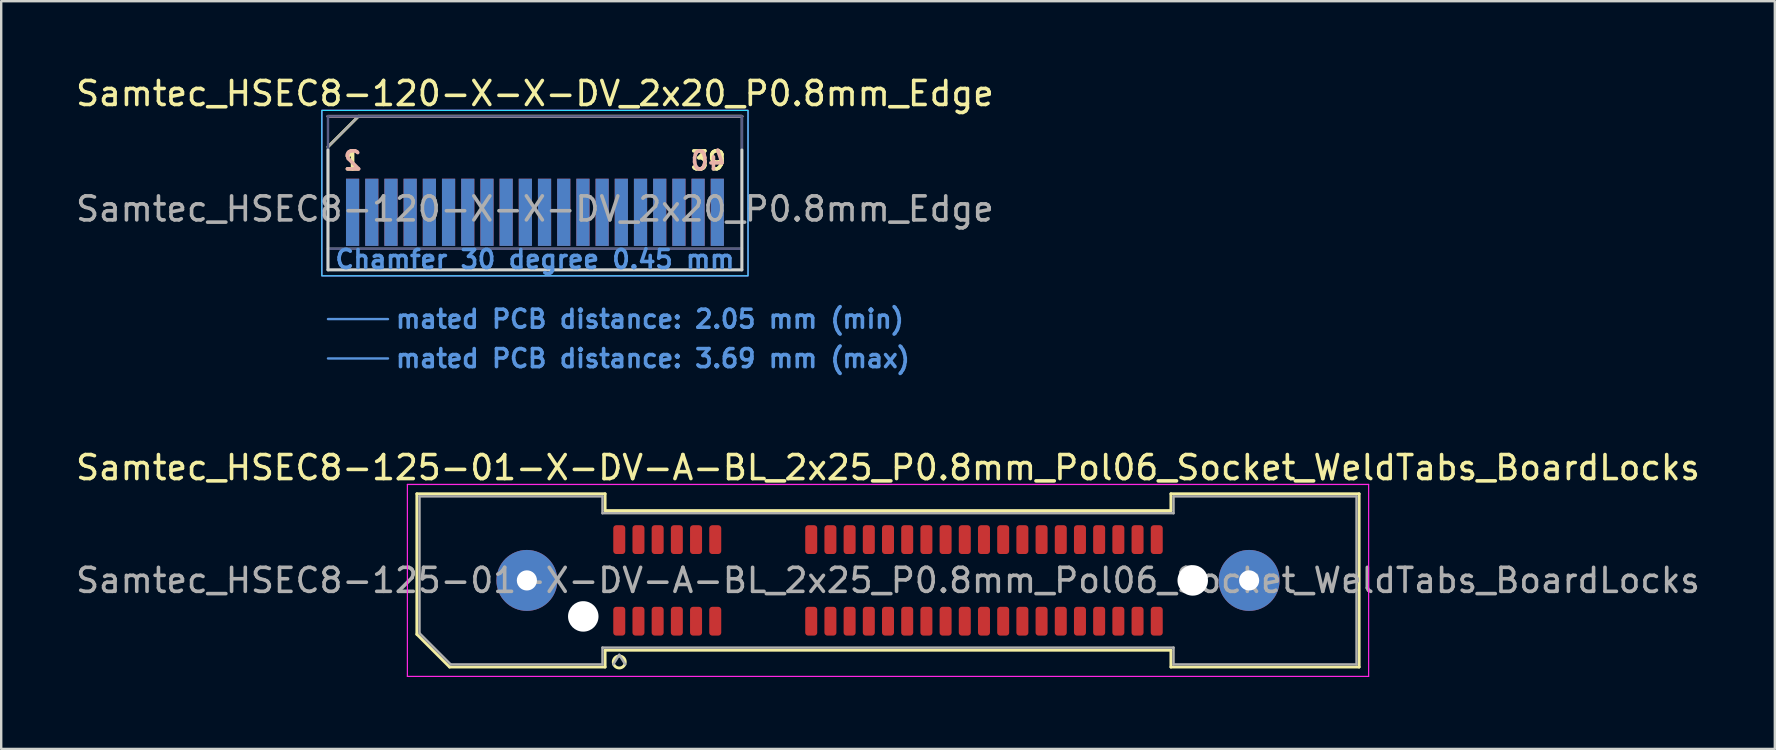
<source format=kicad_pcb>
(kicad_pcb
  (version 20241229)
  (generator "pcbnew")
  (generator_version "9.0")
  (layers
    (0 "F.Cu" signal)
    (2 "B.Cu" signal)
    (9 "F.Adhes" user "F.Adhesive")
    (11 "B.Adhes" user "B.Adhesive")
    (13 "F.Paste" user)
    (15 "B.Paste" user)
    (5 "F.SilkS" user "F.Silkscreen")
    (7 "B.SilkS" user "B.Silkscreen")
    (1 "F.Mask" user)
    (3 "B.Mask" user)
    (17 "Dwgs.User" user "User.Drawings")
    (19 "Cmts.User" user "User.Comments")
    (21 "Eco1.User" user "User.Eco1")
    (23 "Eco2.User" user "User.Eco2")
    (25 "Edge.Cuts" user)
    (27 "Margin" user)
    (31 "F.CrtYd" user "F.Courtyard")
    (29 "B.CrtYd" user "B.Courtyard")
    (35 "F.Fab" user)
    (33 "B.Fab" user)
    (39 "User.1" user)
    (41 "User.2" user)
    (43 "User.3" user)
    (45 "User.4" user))
  (footprint "Samtec_HSEC8-125-01-X-DV-A-BL_2x25_P0.8mm_Pol06_Socket_WeldTabs_BoardLocks"
    (layer "F.Cu")
    (at 33.958 21.139)
    (property "Reference" "Samtec_HSEC8-125-01-X-DV-A-BL_2x25_P0.8mm_Pol06_Socket_WeldTabs_BoardLocks" (at 0 -4.7 0) (layer "F.SilkS") (effects (font (size 1 1) (thickness 0.15))))
    (attr smd)
    (fp_line (start -19.635 -3.61) (end -11.79 -3.61) (stroke (width 0.12) (type solid)) (layer "F.SilkS"))
    (fp_line (start -19.635 2.246) (end -19.635 -3.61) (stroke (width 0.12) (type solid)) (layer "F.SilkS"))
    (fp_line (start -18.271 3.61) (end -19.635 2.246) (stroke (width 0.12) (type solid)) (layer "F.SilkS"))
    (fp_line (start -11.79 -3.61) (end -11.79 -2.91) (stroke (width 0.12) (type solid)) (layer "F.SilkS"))
    (fp_line (start -11.79 -2.91) (end 11.79 -2.91) (stroke (width 0.12) (type solid)) (layer "F.SilkS"))
    (fp_line (start -11.79 2.91) (end -11.79 3.61) (stroke (width 0.12) (type solid)) (layer "F.SilkS"))
    (fp_line (start -11.79 3.61) (end -18.271 3.61) (stroke (width 0.12) (type solid)) (layer "F.SilkS"))
    (fp_line (start 11.79 -3.61) (end 19.635 -3.61) (stroke (width 0.12) (type solid)) (layer "F.SilkS"))
    (fp_line (start 11.79 -2.91) (end 11.79 -3.61) (stroke (width 0.12) (type solid)) (layer "F.SilkS"))
    (fp_line (start 11.79 2.91) (end -11.79 2.91) (stroke (width 0.12) (type solid)) (layer "F.SilkS"))
    (fp_line (start 11.79 3.61) (end 11.79 2.91) (stroke (width 0.12) (type solid)) (layer "F.SilkS"))
    (fp_line (start 19.635 -3.61) (end 19.635 3.61) (stroke (width 0.12) (type solid)) (layer "F.SilkS"))
    (fp_line (start 19.635 3.61) (end 11.79 3.61) (stroke (width 0.12) (type solid)) (layer "F.SilkS"))
    (fp_circle (center -11.2 3.4) (end -10.95 3.4) (stroke (width 0.12) (type solid)) (fill no) (layer "F.SilkS"))
    (fp_line (start -20.03 -4) (end -20.03 4) (stroke (width 0.05) (type solid)) (layer "F.CrtYd"))
    (fp_line (start -20.03 4) (end 20.03 4) (stroke (width 0.05) (type solid)) (layer "F.CrtYd"))
    (fp_line (start 20.03 -4) (end -20.03 -4) (stroke (width 0.05) (type solid)) (layer "F.CrtYd"))
    (fp_line (start 20.03 4) (end 20.03 -4) (stroke (width 0.05) (type solid)) (layer "F.CrtYd"))
    (fp_line (start -19.525 -3.5) (end -11.9 -3.5) (stroke (width 0.1) (type solid)) (layer "F.Fab"))
    (fp_line (start -19.525 2.2) (end -19.525 -3.5) (stroke (width 0.1) (type solid)) (layer "F.Fab"))
    (fp_line (start -18.225 3.5) (end -19.525 2.2) (stroke (width 0.1) (type solid)) (layer "F.Fab"))
    (fp_line (start -11.9 -3.5) (end -11.9 -2.8) (stroke (width 0.1) (type solid)) (layer "F.Fab"))
    (fp_line (start -11.9 -2.8) (end 11.9 -2.8) (stroke (width 0.1) (type solid)) (layer "F.Fab"))
    (fp_line (start -11.9 2.8) (end -11.9 3.5) (stroke (width 0.1) (type solid)) (layer "F.Fab"))
    (fp_line (start -11.9 3.5) (end -18.225 3.5) (stroke (width 0.1) (type solid)) (layer "F.Fab"))
    (fp_line (start -11.2 3.1) (end -11.45 3.5) (stroke (width 0.1) (type solid)) (layer "F.Fab"))
    (fp_line (start -11.2 3.1) (end -10.95 3.5) (stroke (width 0.1) (type solid)) (layer "F.Fab"))
    (fp_line (start 11.9 -3.5) (end 19.525 -3.5) (stroke (width 0.1) (type solid)) (layer "F.Fab"))
    (fp_line (start 11.9 -2.8) (end 11.9 -3.5) (stroke (width 0.1) (type solid)) (layer "F.Fab"))
    (fp_line (start 11.9 2.8) (end -11.9 2.8) (stroke (width 0.1) (type solid)) (layer "F.Fab"))
    (fp_line (start 11.9 3.5) (end 11.9 2.8) (stroke (width 0.1) (type solid)) (layer "F.Fab"))
    (fp_line (start 19.525 -3.5) (end 19.525 3.5) (stroke (width 0.1) (type solid)) (layer "F.Fab"))
    (fp_line (start 19.525 3.5) (end 11.9 3.5) (stroke (width 0.1) (type solid)) (layer "F.Fab"))
    (fp_text user "${REFERENCE}" (at 0 0 0) (layer "F.Fab") (effects (font (size 1 1) (thickness 0.15))))
    (pad "" thru_hole circle (at -15.05 0) (size 2.54 2.54) (drill 0.84) (layers "*.Cu" "*.Mask" "F.Paste"))
    (pad "" np_thru_hole circle (at -12.7 1.5) (size 1.27 1.27) (drill 1.27) (layers "*.Cu" "*.Mask"))
    (pad "" np_thru_hole circle (at 12.7 0) (size 1.27 1.27) (drill 1.27) (layers "*.Cu" "*.Mask"))
    (pad "" thru_hole circle (at 15.05 0) (size 2.54 2.54) (drill 0.84) (layers "*.Cu" "*.Mask" "F.Paste"))
    (pad "1" smd roundrect (at -11.2 1.7) (size 0.5 1.2) (layers "F.Cu" "F.Mask" "F.Paste") (roundrect_rratio 0.25))
    (pad "2" smd roundrect (at -11.2 -1.7) (size 0.5 1.2) (layers "F.Cu" "F.Mask" "F.Paste") (roundrect_rratio 0.25))
    (pad "3" smd roundrect (at -10.4 1.7) (size 0.5 1.2) (layers "F.Cu" "F.Mask" "F.Paste") (roundrect_rratio 0.25))
    (pad "4" smd roundrect (at -10.4 -1.7) (size 0.5 1.2) (layers "F.Cu" "F.Mask" "F.Paste") (roundrect_rratio 0.25))
    (pad "5" smd roundrect (at -9.6 1.7) (size 0.5 1.2) (layers "F.Cu" "F.Mask" "F.Paste") (roundrect_rratio 0.25))
    (pad "6" smd roundrect (at -9.6 -1.7) (size 0.5 1.2) (layers "F.Cu" "F.Mask" "F.Paste") (roundrect_rratio 0.25))
    (pad "7" smd roundrect (at -8.8 1.7) (size 0.5 1.2) (layers "F.Cu" "F.Mask" "F.Paste") (roundrect_rratio 0.25))
    (pad "8" smd roundrect (at -8.8 -1.7) (size 0.5 1.2) (layers "F.Cu" "F.Mask" "F.Paste") (roundrect_rratio 0.25))
    (pad "9" smd roundrect (at -8 1.7) (size 0.5 1.2) (layers "F.Cu" "F.Mask" "F.Paste") (roundrect_rratio 0.25))
    (pad "10" smd roundrect (at -8 -1.7) (size 0.5 1.2) (layers "F.Cu" "F.Mask" "F.Paste") (roundrect_rratio 0.25))
    (pad "11" smd roundrect (at -7.2 1.7) (size 0.5 1.2) (layers "F.Cu" "F.Mask" "F.Paste") (roundrect_rratio 0.25))
    (pad "12" smd roundrect (at -7.2 -1.7) (size 0.5 1.2) (layers "F.Cu" "F.Mask" "F.Paste") (roundrect_rratio 0.25))
    (pad "13" smd roundrect (at -3.2 1.7) (size 0.5 1.2) (layers "F.Cu" "F.Mask" "F.Paste") (roundrect_rratio 0.25))
    (pad "14" smd roundrect (at -3.2 -1.7) (size 0.5 1.2) (layers "F.Cu" "F.Mask" "F.Paste") (roundrect_rratio 0.25))
    (pad "15" smd roundrect (at -2.4 1.7) (size 0.5 1.2) (layers "F.Cu" "F.Mask" "F.Paste") (roundrect_rratio 0.25))
    (pad "16" smd roundrect (at -2.4 -1.7) (size 0.5 1.2) (layers "F.Cu" "F.Mask" "F.Paste") (roundrect_rratio 0.25))
    (pad "17" smd roundrect (at -1.6 1.7) (size 0.5 1.2) (layers "F.Cu" "F.Mask" "F.Paste") (roundrect_rratio 0.25))
    (pad "18" smd roundrect (at -1.6 -1.7) (size 0.5 1.2) (layers "F.Cu" "F.Mask" "F.Paste") (roundrect_rratio 0.25))
    (pad "19" smd roundrect (at -0.8 1.7) (size 0.5 1.2) (layers "F.Cu" "F.Mask" "F.Paste") (roundrect_rratio 0.25))
    (pad "20" smd roundrect (at -0.8 -1.7) (size 0.5 1.2) (layers "F.Cu" "F.Mask" "F.Paste") (roundrect_rratio 0.25))
    (pad "21" smd roundrect (at 0 1.7) (size 0.5 1.2) (layers "F.Cu" "F.Mask" "F.Paste") (roundrect_rratio 0.25))
    (pad "22" smd roundrect (at 0 -1.7) (size 0.5 1.2) (layers "F.Cu" "F.Mask" "F.Paste") (roundrect_rratio 0.25))
    (pad "23" smd roundrect (at 0.8 1.7) (size 0.5 1.2) (layers "F.Cu" "F.Mask" "F.Paste") (roundrect_rratio 0.25))
    (pad "24" smd roundrect (at 0.8 -1.7) (size 0.5 1.2) (layers "F.Cu" "F.Mask" "F.Paste") (roundrect_rratio 0.25))
    (pad "25" smd roundrect (at 1.6 1.7) (size 0.5 1.2) (layers "F.Cu" "F.Mask" "F.Paste") (roundrect_rratio 0.25))
    (pad "26" smd roundrect (at 1.6 -1.7) (size 0.5 1.2) (layers "F.Cu" "F.Mask" "F.Paste") (roundrect_rratio 0.25))
    (pad "27" smd roundrect (at 2.4 1.7) (size 0.5 1.2) (layers "F.Cu" "F.Mask" "F.Paste") (roundrect_rratio 0.25))
    (pad "28" smd roundrect (at 2.4 -1.7) (size 0.5 1.2) (layers "F.Cu" "F.Mask" "F.Paste") (roundrect_rratio 0.25))
    (pad "29" smd roundrect (at 3.2 1.7) (size 0.5 1.2) (layers "F.Cu" "F.Mask" "F.Paste") (roundrect_rratio 0.25))
    (pad "30" smd roundrect (at 3.2 -1.7) (size 0.5 1.2) (layers "F.Cu" "F.Mask" "F.Paste") (roundrect_rratio 0.25))
    (pad "31" smd roundrect (at 4 1.7) (size 0.5 1.2) (layers "F.Cu" "F.Mask" "F.Paste") (roundrect_rratio 0.25))
    (pad "32" smd roundrect (at 4 -1.7) (size 0.5 1.2) (layers "F.Cu" "F.Mask" "F.Paste") (roundrect_rratio 0.25))
    (pad "33" smd roundrect (at 4.8 1.7) (size 0.5 1.2) (layers "F.Cu" "F.Mask" "F.Paste") (roundrect_rratio 0.25))
    (pad "34" smd roundrect (at 4.8 -1.7) (size 0.5 1.2) (layers "F.Cu" "F.Mask" "F.Paste") (roundrect_rratio 0.25))
    (pad "35" smd roundrect (at 5.6 1.7) (size 0.5 1.2) (layers "F.Cu" "F.Mask" "F.Paste") (roundrect_rratio 0.25))
    (pad "36" smd roundrect (at 5.6 -1.7) (size 0.5 1.2) (layers "F.Cu" "F.Mask" "F.Paste") (roundrect_rratio 0.25))
    (pad "37" smd roundrect (at 6.4 1.7) (size 0.5 1.2) (layers "F.Cu" "F.Mask" "F.Paste") (roundrect_rratio 0.25))
    (pad "38" smd roundrect (at 6.4 -1.7) (size 0.5 1.2) (layers "F.Cu" "F.Mask" "F.Paste") (roundrect_rratio 0.25))
    (pad "39" smd roundrect (at 7.2 1.7) (size 0.5 1.2) (layers "F.Cu" "F.Mask" "F.Paste") (roundrect_rratio 0.25))
    (pad "40" smd roundrect (at 7.2 -1.7) (size 0.5 1.2) (layers "F.Cu" "F.Mask" "F.Paste") (roundrect_rratio 0.25))
    (pad "41" smd roundrect (at 8 1.7) (size 0.5 1.2) (layers "F.Cu" "F.Mask" "F.Paste") (roundrect_rratio 0.25))
    (pad "42" smd roundrect (at 8 -1.7) (size 0.5 1.2) (layers "F.Cu" "F.Mask" "F.Paste") (roundrect_rratio 0.25))
    (pad "43" smd roundrect (at 8.8 1.7) (size 0.5 1.2) (layers "F.Cu" "F.Mask" "F.Paste") (roundrect_rratio 0.25))
    (pad "44" smd roundrect (at 8.8 -1.7) (size 0.5 1.2) (layers "F.Cu" "F.Mask" "F.Paste") (roundrect_rratio 0.25))
    (pad "45" smd roundrect (at 9.6 1.7) (size 0.5 1.2) (layers "F.Cu" "F.Mask" "F.Paste") (roundrect_rratio 0.25))
    (pad "46" smd roundrect (at 9.6 -1.7) (size 0.5 1.2) (layers "F.Cu" "F.Mask" "F.Paste") (roundrect_rratio 0.25))
    (pad "47" smd roundrect (at 10.4 1.7) (size 0.5 1.2) (layers "F.Cu" "F.Mask" "F.Paste") (roundrect_rratio 0.25))
    (pad "48" smd roundrect (at 10.4 -1.7) (size 0.5 1.2) (layers "F.Cu" "F.Mask" "F.Paste") (roundrect_rratio 0.25))
    (pad "49" smd roundrect (at 11.2 1.7) (size 0.5 1.2) (layers "F.Cu" "F.Mask" "F.Paste") (roundrect_rratio 0.25))
    (pad "50" smd roundrect (at 11.2 -1.7) (size 0.5 1.2) (layers "F.Cu" "F.Mask" "F.Paste") (roundrect_rratio 0.25)))
  (footprint "Samtec_HSEC8-120-X-X-DV_2x20_P0.8mm_Edge"
    (layer "F.Cu")
    (at 19.244 8.198)
    (property "Reference" "Samtec_HSEC8-120-X-X-DV_2x20_P0.8mm_Edge" (at 0 -7.35 0) (layer "F.SilkS") (effects (font (size 1 1) (thickness 0.15))))
    (attr exclude_from_pos_files exclude_from_bom)
    (fp_line (start -8.625 -5.13) (end -7.355 -6.4) (stroke (width 0.12) (type solid)) (layer "F.SilkS"))
    (fp_line (start -7.355 -6.4) (end 8.625 -6.4) (stroke (width 0.12) (type solid)) (layer "F.SilkS"))
    (fp_line (start -8.625 -6.4) (end -8.625 -6.4) (stroke (width 0.12) (type solid)) (layer "B.SilkS"))
    (fp_line (start -8.625 -6.4) (end 8.625 -6.4) (stroke (width 0.12) (type solid)) (layer "B.SilkS"))
    (fp_line (start -8.625 2.05) (end -6.125 2.05) (stroke (width 0.1) (type solid)) (layer "Cmts.User"))
    (fp_line (start -8.625 3.69) (end -6.125 3.69) (stroke (width 0.1) (type solid)) (layer "Cmts.User"))
    (fp_line (start -8.625 -5) (end -8.625 0) (stroke (width 0.12) (type solid)) (layer "Edge.Cuts"))
    (fp_line (start -8.625 0) (end 8.625 0) (stroke (width 0.12) (type solid)) (layer "Edge.Cuts"))
    (fp_line (start 8.625 0) (end 8.625 -5) (stroke (width 0.12) (type solid)) (layer "Edge.Cuts"))
    (fp_rect (start -8.88 -6.65) (end 8.88 0.25) (stroke (width 0.05) (type solid)) (fill no) (layer "B.CrtYd"))
    (fp_rect (start -8.88 -6.65) (end 8.88 0.25) (stroke (width 0.05) (type solid)) (fill no) (layer "F.CrtYd"))
    (fp_line (start -8.625 -6.4) (end -8.625 -6.4) (stroke (width 0.1) (type solid)) (layer "B.Fab"))
    (fp_line (start -8.625 -6.4) (end -8.625 0) (stroke (width 0.1) (type solid)) (layer "B.Fab"))
    (fp_line (start -8.625 -6.4) (end 8.625 -6.4) (stroke (width 0.1) (type solid)) (layer "B.Fab"))
    (fp_line (start -8.625 -0.88) (end 8.625 -0.88) (stroke (width 0.1) (type solid)) (layer "B.Fab"))
    (fp_line (start -8.625 0) (end 8.625 0) (stroke (width 0.1) (type solid)) (layer "B.Fab"))
    (fp_line (start 8.625 -6.4) (end 8.625 0) (stroke (width 0.1) (type solid)) (layer "B.Fab"))
    (fp_line (start -8.625 -5.13) (end -8.625 0) (stroke (width 0.1) (type solid)) (layer "F.Fab"))
    (fp_line (start -8.625 -5.13) (end -7.355 -6.4) (stroke (width 0.1) (type solid)) (layer "F.Fab"))
    (fp_line (start -8.625 -0.88) (end 8.625 -0.88) (stroke (width 0.1) (type solid)) (layer "F.Fab"))
    (fp_line (start -8.625 0) (end 8.625 0) (stroke (width 0.1) (type solid)) (layer "F.Fab"))
    (fp_line (start -7.355 -6.4) (end 8.625 -6.4) (stroke (width 0.1) (type solid)) (layer "F.Fab"))
    (fp_line (start 8.625 -6.4) (end 8.625 0) (stroke (width 0.1) (type solid)) (layer "F.Fab"))
    (fp_text user "39" (at 7.225 -4.55 0) (layer "F.SilkS") (effects (font (size 0.75 0.75) (thickness 0.15))))
    (fp_text user "1" (at -7.6 -4.55 0) (layer "F.SilkS") (effects (font (size 0.75 0.75) (thickness 0.15))))
    (fp_text user "2" (at -7.6 -4.55 0) (layer "B.SilkS") (effects (font (size 0.75 0.75) (thickness 0.15)) (justify mirror)))
    (fp_text user "40" (at 7.225 -4.55 0) (layer "B.SilkS") (effects (font (size 0.75 0.75) (thickness 0.15)) (justify mirror)))
    (fp_text user "mated PCB distance: 3.69 mm (max)" (at -5.88 3.69 0) (layer "Cmts.User") (effects (font (size 0.75 0.75) (thickness 0.15)) (justify left)))
    (fp_text user "mated PCB distance: 2.05 mm (min)" (at -5.88 2.05 0) (layer "Cmts.User") (effects (font (size 0.75 0.75) (thickness 0.15)) (justify left)))
    (fp_text user "Chamfer 30 degree 0.45 mm" (at 0 -0.44 0) (layer "Cmts.User") (effects (font (size 0.75 0.75) (thickness 0.15))))
    (fp_text user "${REFERENCE}" (at 0 -2.54 0) (layer "F.Fab") (effects (font (size 1 1) (thickness 0.15))))
    (pad "1" connect rect (at -7.6 -2.4) (size 0.55 2.8) (layers "F.Cu" "F.Mask"))
    (pad "2" connect rect (at -7.6 -2.4) (size 0.55 2.8) (layers "B.Cu" "B.Mask"))
    (pad "3" connect rect (at -6.8 -2.4) (size 0.55 2.8) (layers "F.Cu" "F.Mask"))
    (pad "4" connect rect (at -6.8 -2.4) (size 0.55 2.8) (layers "B.Cu" "B.Mask"))
    (pad "5" connect rect (at -6 -2.4) (size 0.55 2.8) (layers "F.Cu" "F.Mask"))
    (pad "6" connect rect (at -6 -2.4) (size 0.55 2.8) (layers "B.Cu" "B.Mask"))
    (pad "7" connect rect (at -5.2 -2.4) (size 0.55 2.8) (layers "F.Cu" "F.Mask"))
    (pad "8" connect rect (at -5.2 -2.4) (size 0.55 2.8) (layers "B.Cu" "B.Mask"))
    (pad "9" connect rect (at -4.4 -2.4) (size 0.55 2.8) (layers "F.Cu" "F.Mask"))
    (pad "10" connect rect (at -4.4 -2.4) (size 0.55 2.8) (layers "B.Cu" "B.Mask"))
    (pad "11" connect rect (at -3.6 -2.4) (size 0.55 2.8) (layers "F.Cu" "F.Mask"))
    (pad "12" connect rect (at -3.6 -2.4) (size 0.55 2.8) (layers "B.Cu" "B.Mask"))
    (pad "13" connect rect (at -2.8 -2.4) (size 0.55 2.8) (layers "F.Cu" "F.Mask"))
    (pad "14" connect rect (at -2.8 -2.4) (size 0.55 2.8) (layers "B.Cu" "B.Mask"))
    (pad "15" connect rect (at -2 -2.4) (size 0.55 2.8) (layers "F.Cu" "F.Mask"))
    (pad "16" connect rect (at -2 -2.4) (size 0.55 2.8) (layers "B.Cu" "B.Mask"))
    (pad "17" connect rect (at -1.2 -2.4) (size 0.55 2.8) (layers "F.Cu" "F.Mask"))
    (pad "18" connect rect (at -1.2 -2.4) (size 0.55 2.8) (layers "B.Cu" "B.Mask"))
    (pad "19" connect rect (at -0.4 -2.4) (size 0.55 2.8) (layers "F.Cu" "F.Mask"))
    (pad "20" connect rect (at -0.4 -2.4) (size 0.55 2.8) (layers "B.Cu" "B.Mask"))
    (pad "21" connect rect (at 0.4 -2.4) (size 0.55 2.8) (layers "F.Cu" "F.Mask"))
    (pad "22" connect rect (at 0.4 -2.4) (size 0.55 2.8) (layers "B.Cu" "B.Mask"))
    (pad "23" connect rect (at 1.2 -2.4) (size 0.55 2.8) (layers "F.Cu" "F.Mask"))
    (pad "24" connect rect (at 1.2 -2.4) (size 0.55 2.8) (layers "B.Cu" "B.Mask"))
    (pad "25" connect rect (at 2 -2.4) (size 0.55 2.8) (layers "F.Cu" "F.Mask"))
    (pad "26" connect rect (at 2 -2.4) (size 0.55 2.8) (layers "B.Cu" "B.Mask"))
    (pad "27" connect rect (at 2.8 -2.4) (size 0.55 2.8) (layers "F.Cu" "F.Mask"))
    (pad "28" connect rect (at 2.8 -2.4) (size 0.55 2.8) (layers "B.Cu" "B.Mask"))
    (pad "29" connect rect (at 3.6 -2.4) (size 0.55 2.8) (layers "F.Cu" "F.Mask"))
    (pad "30" connect rect (at 3.6 -2.4) (size 0.55 2.8) (layers "B.Cu" "B.Mask"))
    (pad "31" connect rect (at 4.4 -2.4) (size 0.55 2.8) (layers "F.Cu" "F.Mask"))
    (pad "32" connect rect (at 4.4 -2.4) (size 0.55 2.8) (layers "B.Cu" "B.Mask"))
    (pad "33" connect rect (at 5.2 -2.4) (size 0.55 2.8) (layers "F.Cu" "F.Mask"))
    (pad "34" connect rect (at 5.2 -2.4) (size 0.55 2.8) (layers "B.Cu" "B.Mask"))
    (pad "35" connect rect (at 6 -2.4) (size 0.55 2.8) (layers "F.Cu" "F.Mask"))
    (pad "36" connect rect (at 6 -2.4) (size 0.55 2.8) (layers "B.Cu" "B.Mask"))
    (pad "37" connect rect (at 6.8 -2.4) (size 0.55 2.8) (layers "F.Cu" "F.Mask"))
    (pad "38" connect rect (at 6.8 -2.4) (size 0.55 2.8) (layers "B.Cu" "B.Mask"))
    (pad "39" connect rect (at 7.6 -2.4) (size 0.55 2.8) (layers "F.Cu" "F.Mask"))
    (pad "40" connect rect (at 7.6 -2.4) (size 0.55 2.8) (layers "B.Cu" "B.Mask")))
  (gr_rect
    (start -3 -3)
    (end 70.917 28.163)
    (stroke (width 0.1) (type default))
    (fill no)
    (layer "Edge.Cuts")))
</source>
